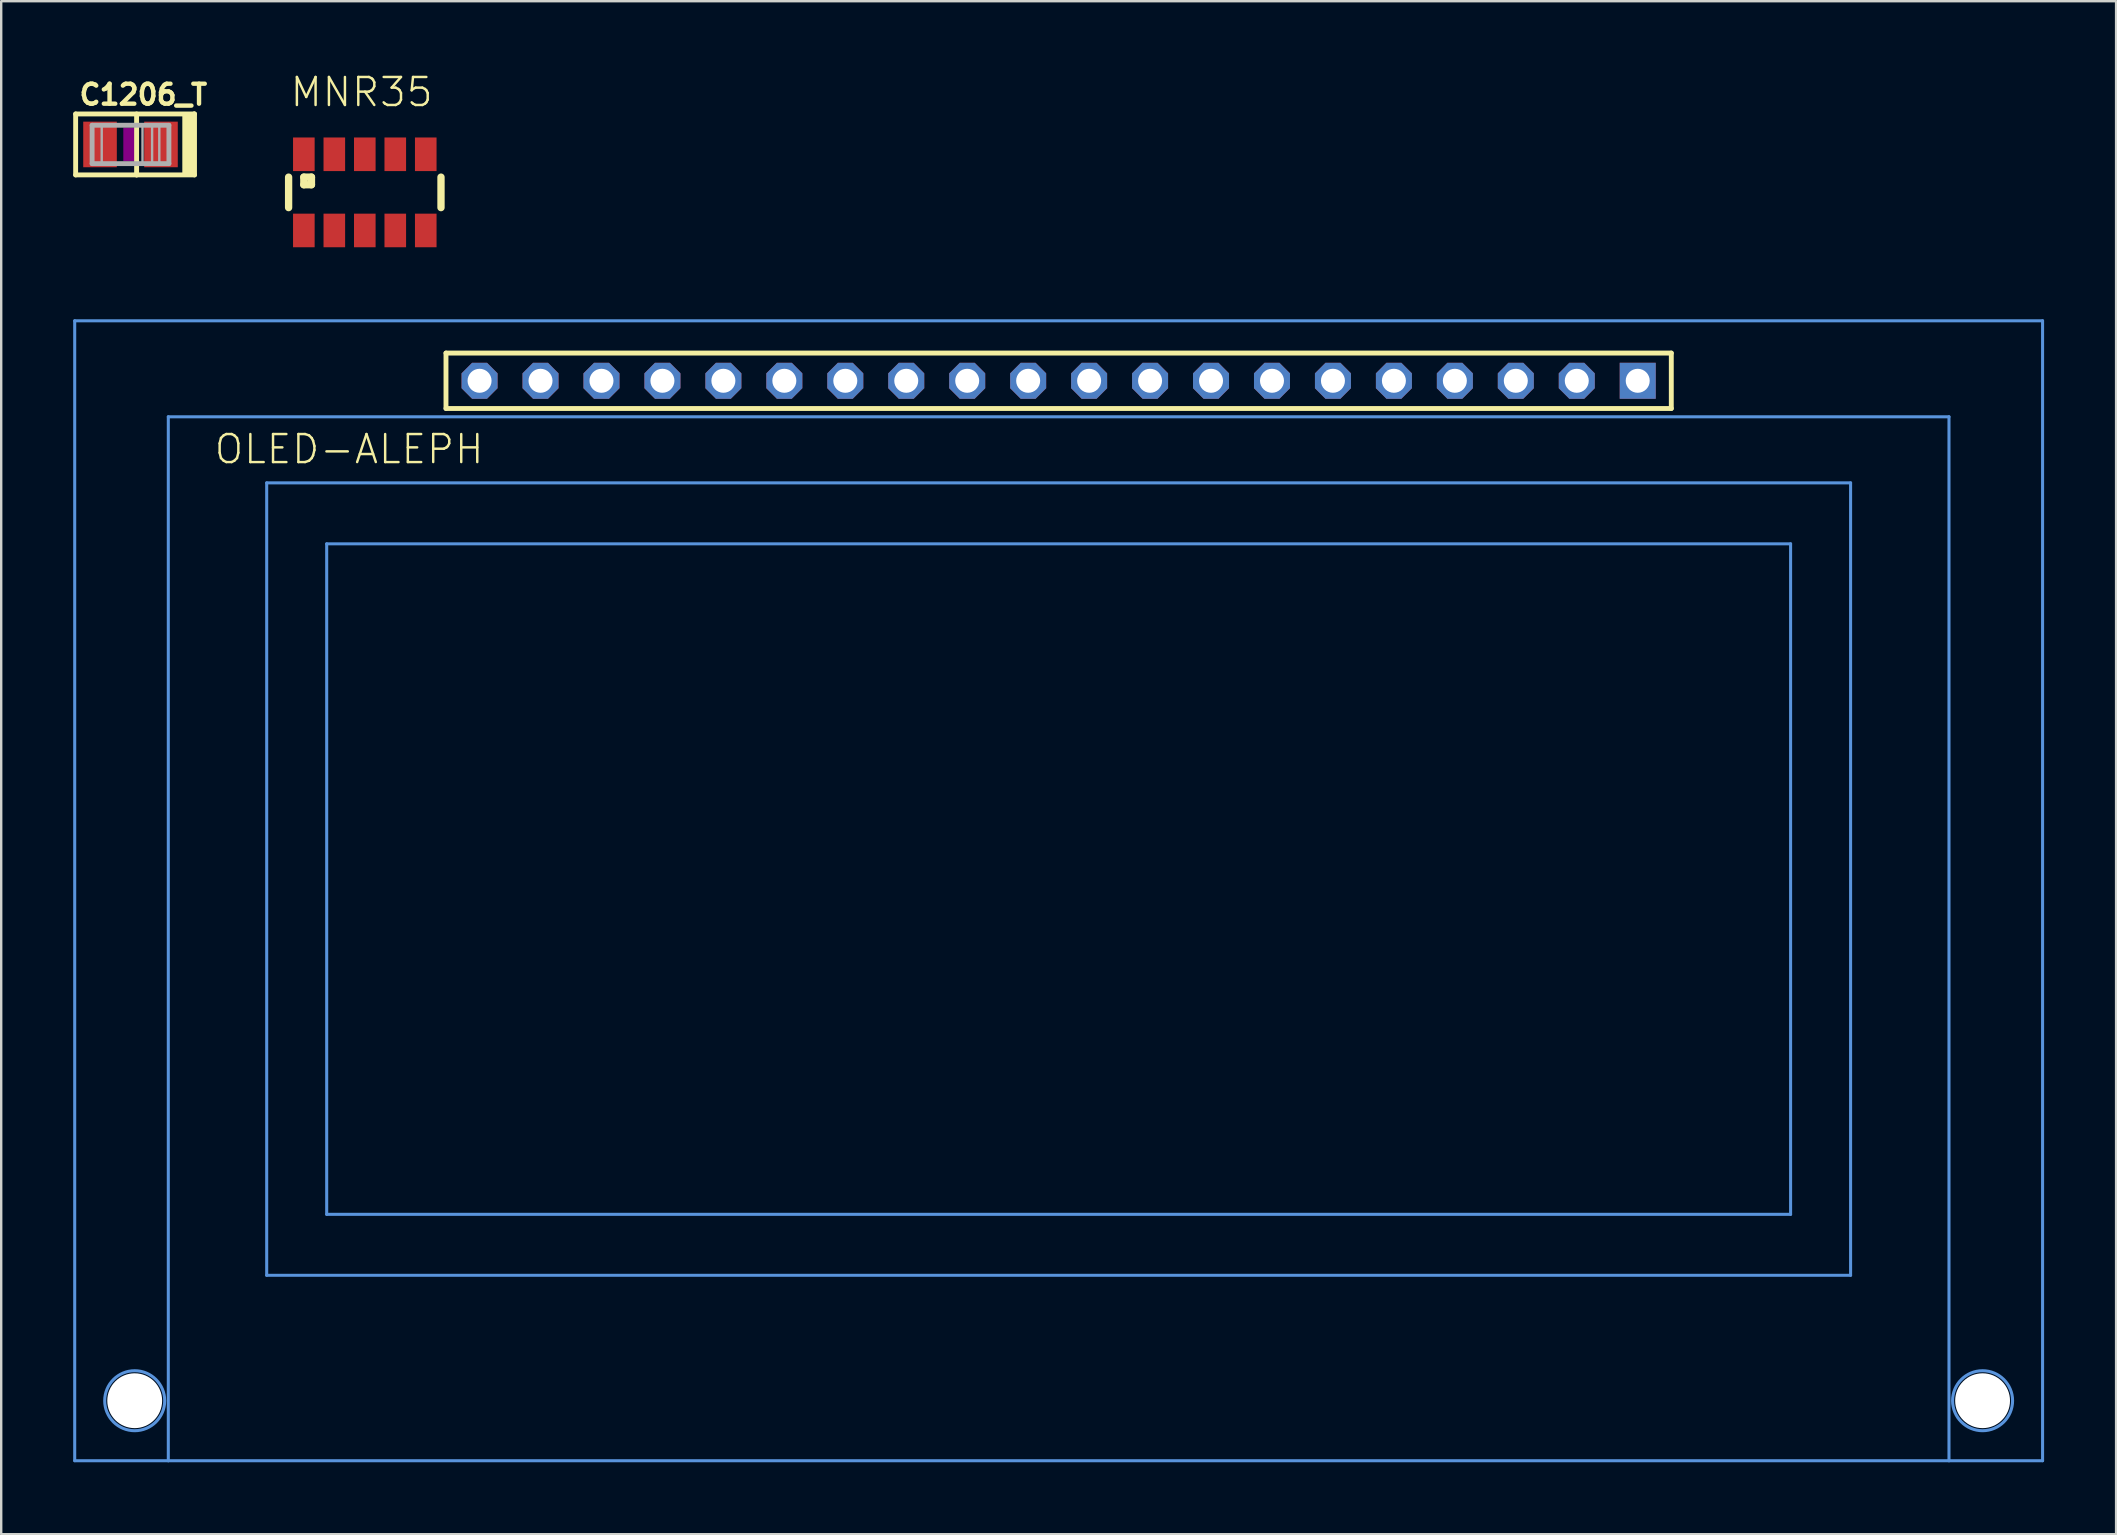
<source format=kicad_pcb>
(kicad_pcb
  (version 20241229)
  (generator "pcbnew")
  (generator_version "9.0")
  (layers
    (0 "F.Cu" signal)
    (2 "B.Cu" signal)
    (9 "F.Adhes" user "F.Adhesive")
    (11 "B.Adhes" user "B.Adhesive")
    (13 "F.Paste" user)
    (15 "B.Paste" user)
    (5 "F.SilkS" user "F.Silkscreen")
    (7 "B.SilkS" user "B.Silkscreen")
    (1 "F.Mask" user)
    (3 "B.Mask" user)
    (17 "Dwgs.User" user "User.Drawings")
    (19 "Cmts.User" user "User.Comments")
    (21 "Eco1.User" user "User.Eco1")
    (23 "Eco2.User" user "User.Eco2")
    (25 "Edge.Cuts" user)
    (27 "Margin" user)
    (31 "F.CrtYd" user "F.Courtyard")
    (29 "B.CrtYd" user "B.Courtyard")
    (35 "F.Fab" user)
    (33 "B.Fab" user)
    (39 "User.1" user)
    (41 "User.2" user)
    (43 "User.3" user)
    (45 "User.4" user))
  (footprint "C1206_T"
    (layer "F.Cu")
    (at 2.388 2.969)
    (property "Reference" "C1206_T" (at -2.223 -1.587 0) (layer "F.SilkS") (effects (font (size 0.833 0.833) (thickness 0.183)) (justify left bottom)))
    (fp_line (start -2.286 -1.27) (end 2.65 -1.27) (stroke (width 0.203) (type solid)) (layer "F.SilkS"))
    (fp_line (start -2.286 1.27) (end -2.286 -1.27) (stroke (width 0.203) (type solid)) (layer "F.SilkS"))
    (fp_line (start 0.254 1.27) (end -2.286 1.27) (stroke (width 0.203) (type solid)) (layer "F.SilkS"))
    (fp_line (start 0.254 1.27) (end 0.254 -1.27) (stroke (width 0.203) (type solid)) (layer "F.SilkS"))
    (fp_line (start 2.65 -1.27) (end 2.667 -1.27) (stroke (width 0.203) (type solid)) (layer "F.SilkS"))
    (fp_line (start 2.667 -1.27) (end 2.667 1.27) (stroke (width 0.203) (type solid)) (layer "F.SilkS"))
    (fp_line (start 2.667 1.27) (end 0.254 1.27) (stroke (width 0.203) (type solid)) (layer "F.SilkS"))
    (fp_poly (pts (xy 2.159 1.27) (xy 2.65 1.27) (xy 2.65 -1.27) (xy 2.159 -1.27)) (stroke (width 0) (type solid)) (fill yes) (layer "F.SilkS"))
    (fp_poly (pts (xy -0.3 0.7) (xy 0.3 0.7) (xy 0.3 -0.7) (xy -0.3 -0.7)) (stroke (width 0) (type solid)) (fill yes) (layer "F.Adhes"))
    (fp_line (start -1.6 -0.8) (end 1.6 -0.8) (stroke (width 0.203) (type solid)) (layer "F.Fab"))
    (fp_line (start -1.6 0.8) (end -1.6 -0.8) (stroke (width 0.203) (type solid)) (layer "F.Fab"))
    (fp_line (start 1.6 -0.8) (end 1.6 0.8) (stroke (width 0.203) (type solid)) (layer "F.Fab"))
    (fp_line (start 1.6 0.8) (end -1.6 0.8) (stroke (width 0.203) (type solid)) (layer "F.Fab"))
    (fp_poly (pts (xy -1.6 0.8) (xy -1.2 0.8) (xy -1.2 -0.8) (xy -1.6 -0.8)) (stroke (width 0.1) (type solid)) (fill no) (layer "F.Fab"))
    (fp_poly (pts (xy 0.5 0.8) (xy 0.9 0.8) (xy 0.9 -0.8) (xy 0.5 -0.8)) (stroke (width 0.1) (type solid)) (fill no) (layer "F.Fab"))
    (fp_poly (pts (xy 1.2 0.8) (xy 1.6 0.8) (xy 1.6 -0.8) (xy 1.2 -0.8)) (stroke (width 0.1) (type solid)) (fill no) (layer "F.Fab"))
    (pad "+" smd rect (at 1.27 0) (size 1.4 1.9) (layers "F.Cu" "F.Mask" "F.Paste"))
    (pad "-" smd rect (at -1.27 0) (size 1.4 1.9) (layers "F.Cu" "F.Mask" "F.Paste")))
  (footprint "MNR35"
    (layer "F.Cu")
    (at 12.151 4.966)
    (property "Reference" "MNR35" (at -3.175 -3.493 0) (layer "F.SilkS") (effects (font (size 1.168 1.168) (thickness 0.102)) (justify left bottom)))
    (fp_line (start -3.175 -0.635) (end -3.175 0.635) (stroke (width 0.305) (type solid)) (layer "F.SilkS"))
    (fp_line (start -2.54 -0.635) (end -2.54 -0.318) (stroke (width 0.305) (type solid)) (layer "F.SilkS"))
    (fp_line (start -2.54 -0.318) (end -2.223 -0.318) (stroke (width 0.305) (type solid)) (layer "F.SilkS"))
    (fp_line (start -2.223 -0.635) (end -2.54 -0.635) (stroke (width 0.305) (type solid)) (layer "F.SilkS"))
    (fp_line (start -2.223 -0.318) (end -2.223 -0.635) (stroke (width 0.305) (type solid)) (layer "F.SilkS"))
    (fp_line (start 3.175 -0.635) (end 3.175 0.635) (stroke (width 0.305) (type solid)) (layer "F.SilkS"))
    (pad "1" smd rect (at -2.54 -1.587) (size 0.9 1.4) (layers "F.Cu" "F.Mask" "F.Paste"))
    (pad "2" smd rect (at -1.27 -1.587) (size 0.9 1.4) (layers "F.Cu" "F.Mask" "F.Paste"))
    (pad "3" smd rect (at 0 -1.587) (size 0.9 1.4) (layers "F.Cu" "F.Mask" "F.Paste"))
    (pad "4" smd rect (at 1.27 -1.587) (size 0.9 1.4) (layers "F.Cu" "F.Mask" "F.Paste"))
    (pad "5" smd rect (at 2.54 -1.587) (size 0.9 1.4) (layers "F.Cu" "F.Mask" "F.Paste"))
    (pad "6" smd rect (at 2.54 1.587) (size 0.9 1.4) (layers "F.Cu" "F.Mask" "F.Paste"))
    (pad "7" smd rect (at 1.27 1.587) (size 0.9 1.4) (layers "F.Cu" "F.Mask" "F.Paste"))
    (pad "8" smd rect (at 0 1.587) (size 0.9 1.4) (layers "F.Cu" "F.Mask" "F.Paste"))
    (pad "9" smd rect (at -1.27 1.587) (size 0.9 1.4) (layers "F.Cu" "F.Mask" "F.Paste"))
    (pad "10" smd rect (at -2.54 1.587) (size 0.9 1.4) (layers "F.Cu" "F.Mask" "F.Paste")))
  (footprint "OLED-ALEPH"
    (layer "F.Cu")
    (at 41.063 34.067)
    (property "Reference" "OLED-ALEPH" (at -35.25 -17.715 0) (layer "F.SilkS") (effects (font (size 1.168 1.168) (thickness 0.102)) (justify left bottom)))
    (fp_line (start -25.529 -22.405) (end 25.529 -22.405) (stroke (width 0.203) (type solid)) (layer "F.SilkS"))
    (fp_line (start -25.529 -20.095) (end -25.529 -22.405) (stroke (width 0.203) (type solid)) (layer "F.SilkS"))
    (fp_line (start 25.529 -22.405) (end 25.529 -20.095) (stroke (width 0.203) (type solid)) (layer "F.SilkS"))
    (fp_line (start 25.529 -20.095) (end -25.529 -20.095) (stroke (width 0.203) (type solid)) (layer "F.SilkS"))
    (fp_line (start -41 -23.75) (end -41 23.75) (stroke (width 0.127) (type solid)) (layer "Cmts.User"))
    (fp_line (start -37.1 -19.75) (end -37.1 23.75) (stroke (width 0.127) (type solid)) (layer "Cmts.User"))
    (fp_line (start -37.1 23.75) (end -41 23.75) (stroke (width 0.127) (type solid)) (layer "Cmts.User"))
    (fp_line (start -33 -16.996) (end 33 -16.996) (stroke (width 0.127) (type solid)) (layer "Cmts.User"))
    (fp_line (start -33 16.024) (end -33 -16.996) (stroke (width 0.127) (type solid)) (layer "Cmts.User"))
    (fp_line (start -30.5 -14.456) (end 30.5 -14.456) (stroke (width 0.127) (type solid)) (layer "Cmts.User"))
    (fp_line (start -30.5 13.484) (end -30.5 -14.456) (stroke (width 0.127) (type solid)) (layer "Cmts.User"))
    (fp_line (start 30.5 -14.456) (end 30.5 13.484) (stroke (width 0.127) (type solid)) (layer "Cmts.User"))
    (fp_line (start 30.5 13.484) (end -30.5 13.484) (stroke (width 0.127) (type solid)) (layer "Cmts.User"))
    (fp_line (start 33 -16.996) (end 33 16.024) (stroke (width 0.127) (type solid)) (layer "Cmts.User"))
    (fp_line (start 33 16.024) (end -33 16.024) (stroke (width 0.127) (type solid)) (layer "Cmts.User"))
    (fp_line (start 37.1 -19.75) (end -37.1 -19.75) (stroke (width 0.127) (type solid)) (layer "Cmts.User"))
    (fp_line (start 37.1 23.75) (end -37.1 23.75) (stroke (width 0.127) (type solid)) (layer "Cmts.User"))
    (fp_line (start 37.1 23.75) (end 37.1 -19.75) (stroke (width 0.127) (type solid)) (layer "Cmts.User"))
    (fp_line (start 41 -23.75) (end -41 -23.75) (stroke (width 0.127) (type solid)) (layer "Cmts.User"))
    (fp_line (start 41 -23.75) (end 41 23.75) (stroke (width 0.127) (type solid)) (layer "Cmts.User"))
    (fp_line (start 41 23.75) (end 37.1 23.75) (stroke (width 0.127) (type solid)) (layer "Cmts.User"))
    (fp_circle (center -38.5 21.25) (end -37.25 21.25) (stroke (width 0.127) (type solid)) (fill no) (layer "Cmts.User"))
    (fp_circle (center 38.5 21.25) (end 39.75 21.25) (stroke (width 0.127) (type solid)) (fill no) (layer "Cmts.User"))
    (pad "" np_thru_hole circle (at -38.5 21.25) (size 2.286 2.286) (drill 2.286) (layers "*.Cu" "*.Mask"))
    (pad "" np_thru_hole circle (at 38.5 21.25) (size 2.286 2.286) (drill 2.286) (layers "*.Cu" "*.Mask"))
    (pad "1" thru_hole rect (at 24.13 -21.25 180) (size 1.5 1.5) (drill 1) (layers "*.Cu" "*.Mask"))
    (pad "2" thru_hole roundrect (at 21.59 -21.25 180) (size 1.5 1.5) (drill 1) (layers "*.Cu" "*.Mask") (roundrect_rratio 0.25) (chamfer_ratio 0.293) (chamfer top_left top_right bottom_left bottom_right))
    (pad "3" thru_hole roundrect (at 19.05 -21.25 180) (size 1.5 1.5) (drill 1) (layers "*.Cu" "*.Mask") (roundrect_rratio 0.25) (chamfer_ratio 0.293) (chamfer top_left top_right bottom_left bottom_right))
    (pad "4" thru_hole roundrect (at 16.51 -21.25 180) (size 1.5 1.5) (drill 1) (layers "*.Cu" "*.Mask") (roundrect_rratio 0.25) (chamfer_ratio 0.293) (chamfer top_left top_right bottom_left bottom_right))
    (pad "5" thru_hole roundrect (at 13.97 -21.25 180) (size 1.5 1.5) (drill 1) (layers "*.Cu" "*.Mask") (roundrect_rratio 0.25) (chamfer_ratio 0.293) (chamfer top_left top_right bottom_left bottom_right))
    (pad "6" thru_hole roundrect (at 11.43 -21.25 180) (size 1.5 1.5) (drill 1) (layers "*.Cu" "*.Mask") (roundrect_rratio 0.25) (chamfer_ratio 0.293) (chamfer top_left top_right bottom_left bottom_right))
    (pad "7" thru_hole roundrect (at 8.89 -21.25 180) (size 1.5 1.5) (drill 1) (layers "*.Cu" "*.Mask") (roundrect_rratio 0.25) (chamfer_ratio 0.293) (chamfer top_left top_right bottom_left bottom_right))
    (pad "8" thru_hole roundrect (at 6.35 -21.25 180) (size 1.5 1.5) (drill 1) (layers "*.Cu" "*.Mask") (roundrect_rratio 0.25) (chamfer_ratio 0.293) (chamfer top_left top_right bottom_left bottom_right))
    (pad "9" thru_hole roundrect (at 3.81 -21.25 180) (size 1.5 1.5) (drill 1) (layers "*.Cu" "*.Mask") (roundrect_rratio 0.25) (chamfer_ratio 0.293) (chamfer top_left top_right bottom_left bottom_right))
    (pad "10" thru_hole roundrect (at 1.27 -21.25 180) (size 1.5 1.5) (drill 1) (layers "*.Cu" "*.Mask") (roundrect_rratio 0.25) (chamfer_ratio 0.293) (chamfer top_left top_right bottom_left bottom_right))
    (pad "11" thru_hole roundrect (at -1.27 -21.25 180) (size 1.5 1.5) (drill 1) (layers "*.Cu" "*.Mask") (roundrect_rratio 0.25) (chamfer_ratio 0.293) (chamfer top_left top_right bottom_left bottom_right))
    (pad "12" thru_hole roundrect (at -3.81 -21.25 180) (size 1.5 1.5) (drill 1) (layers "*.Cu" "*.Mask") (roundrect_rratio 0.25) (chamfer_ratio 0.293) (chamfer top_left top_right bottom_left bottom_right))
    (pad "13" thru_hole roundrect (at -6.35 -21.25 180) (size 1.5 1.5) (drill 1) (layers "*.Cu" "*.Mask") (roundrect_rratio 0.25) (chamfer_ratio 0.293) (chamfer top_left top_right bottom_left bottom_right))
    (pad "14" thru_hole roundrect (at -8.89 -21.25 180) (size 1.5 1.5) (drill 1) (layers "*.Cu" "*.Mask") (roundrect_rratio 0.25) (chamfer_ratio 0.293) (chamfer top_left top_right bottom_left bottom_right))
    (pad "15" thru_hole roundrect (at -11.43 -21.25 180) (size 1.5 1.5) (drill 1) (layers "*.Cu" "*.Mask") (roundrect_rratio 0.25) (chamfer_ratio 0.293) (chamfer top_left top_right bottom_left bottom_right))
    (pad "16" thru_hole roundrect (at -13.97 -21.25 180) (size 1.5 1.5) (drill 1) (layers "*.Cu" "*.Mask") (roundrect_rratio 0.25) (chamfer_ratio 0.293) (chamfer top_left top_right bottom_left bottom_right))
    (pad "17" thru_hole roundrect (at -16.51 -21.25 180) (size 1.5 1.5) (drill 1) (layers "*.Cu" "*.Mask") (roundrect_rratio 0.25) (chamfer_ratio 0.293) (chamfer top_left top_right bottom_left bottom_right))
    (pad "18" thru_hole roundrect (at -19.05 -21.25 180) (size 1.5 1.5) (drill 1) (layers "*.Cu" "*.Mask") (roundrect_rratio 0.25) (chamfer_ratio 0.293) (chamfer top_left top_right bottom_left bottom_right))
    (pad "19" thru_hole roundrect (at -21.59 -21.25 180) (size 1.5 1.5) (drill 1) (layers "*.Cu" "*.Mask") (roundrect_rratio 0.25) (chamfer_ratio 0.293) (chamfer top_left top_right bottom_left bottom_right))
    (pad "20" thru_hole roundrect (at -24.13 -21.25 180) (size 1.5 1.5) (drill 1) (layers "*.Cu" "*.Mask") (roundrect_rratio 0.25) (chamfer_ratio 0.293) (chamfer top_left top_right bottom_left bottom_right)))
  (gr_rect
    (start -3 -3)
    (end 85.127 60.88)
    (stroke (width 0.1) (type default))
    (fill no)
    (layer "Edge.Cuts")))
</source>
